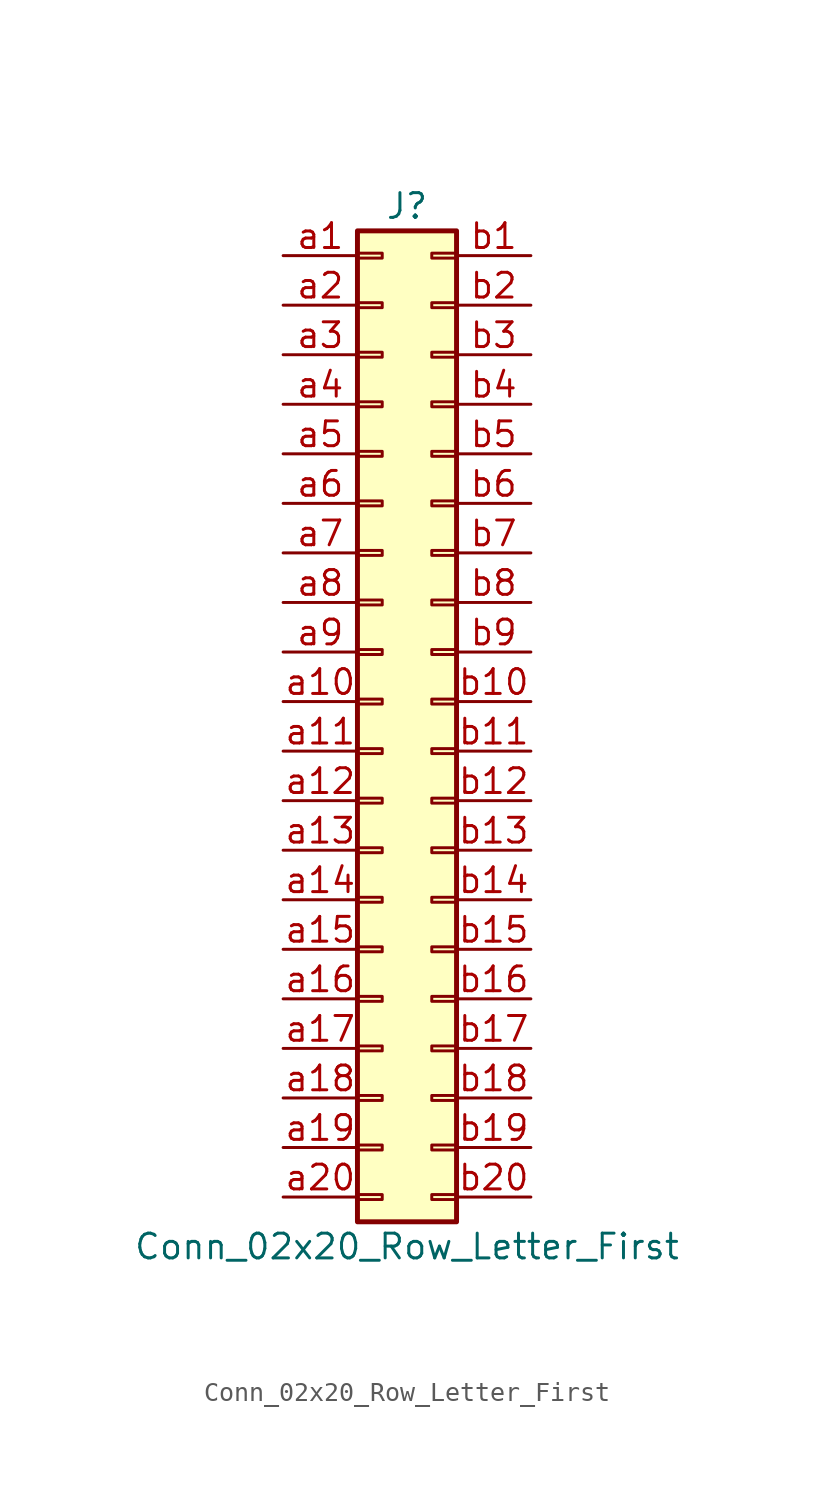
<source format=kicad_sym>
(kicad_symbol_lib
  (version 20211014)
  (generator kicad_symbol_editor)
  (symbol "Conn_02x20_Row_Letter_First"
    (pin_names
      (offset 1.016) hide)
    (property "Reference" "J"
      (at 1.27 25.4 0)
      (effects (font (size 1.27 1.27))))
    (property "Value" "Conn_02x20_Row_Letter_First"
      (at 1.27 -27.94 0)
      (effects (font (size 1.27 1.27))))
    (symbol "Conn_02x20_Row_Letter_First_1_1"
      (rectangle (start -1.27 -25.273) (end 0 -25.527) (stroke (width 0.152) (type default) (color 0 0 0 0)) (fill (type none)))
      (rectangle (start -1.27 -22.733) (end 0 -22.987) (stroke (width 0.152) (type default) (color 0 0 0 0)) (fill (type none)))
      (rectangle (start -1.27 -20.193) (end 0 -20.447) (stroke (width 0.152) (type default) (color 0 0 0 0)) (fill (type none)))
      (rectangle (start -1.27 -17.653) (end 0 -17.907) (stroke (width 0.152) (type default) (color 0 0 0 0)) (fill (type none)))
      (rectangle (start -1.27 -15.113) (end 0 -15.367) (stroke (width 0.152) (type default) (color 0 0 0 0)) (fill (type none)))
      (rectangle (start -1.27 -12.573) (end 0 -12.827) (stroke (width 0.152) (type default) (color 0 0 0 0)) (fill (type none)))
      (rectangle (start -1.27 -10.033) (end 0 -10.287) (stroke (width 0.152) (type default) (color 0 0 0 0)) (fill (type none)))
      (rectangle (start -1.27 -7.493) (end 0 -7.747) (stroke (width 0.152) (type default) (color 0 0 0 0)) (fill (type none)))
      (rectangle (start -1.27 -4.953) (end 0 -5.207) (stroke (width 0.152) (type default) (color 0 0 0 0)) (fill (type none)))
      (rectangle (start -1.27 -2.413) (end 0 -2.667) (stroke (width 0.152) (type default) (color 0 0 0 0)) (fill (type none)))
      (rectangle (start -1.27 0.127) (end 0 -0.127) (stroke (width 0.152) (type default) (color 0 0 0 0)) (fill (type none)))
      (rectangle (start -1.27 2.667) (end 0 2.413) (stroke (width 0.152) (type default) (color 0 0 0 0)) (fill (type none)))
      (rectangle (start -1.27 5.207) (end 0 4.953) (stroke (width 0.152) (type default) (color 0 0 0 0)) (fill (type none)))
      (rectangle (start -1.27 7.747) (end 0 7.493) (stroke (width 0.152) (type default) (color 0 0 0 0)) (fill (type none)))
      (rectangle (start -1.27 10.287) (end 0 10.033) (stroke (width 0.152) (type default) (color 0 0 0 0)) (fill (type none)))
      (rectangle (start -1.27 12.827) (end 0 12.573) (stroke (width 0.152) (type default) (color 0 0 0 0)) (fill (type none)))
      (rectangle (start -1.27 15.367) (end 0 15.113) (stroke (width 0.152) (type default) (color 0 0 0 0)) (fill (type none)))
      (rectangle (start -1.27 17.907) (end 0 17.653) (stroke (width 0.152) (type default) (color 0 0 0 0)) (fill (type none)))
      (rectangle (start -1.27 20.447) (end 0 20.193) (stroke (width 0.152) (type default) (color 0 0 0 0)) (fill (type none)))
      (rectangle (start -1.27 22.987) (end 0 22.733) (stroke (width 0.152) (type default) (color 0 0 0 0)) (fill (type none)))
      (rectangle (start -1.27 24.13) (end 3.81 -26.67) (stroke (width 0.254) (type default) (color 0 0 0 0)) (fill (type background)))
      (rectangle (start 3.81 -25.273) (end 2.54 -25.527) (stroke (width 0.152) (type default) (color 0 0 0 0)) (fill (type none)))
      (rectangle (start 3.81 -22.733) (end 2.54 -22.987) (stroke (width 0.152) (type default) (color 0 0 0 0)) (fill (type none)))
      (rectangle (start 3.81 -20.193) (end 2.54 -20.447) (stroke (width 0.152) (type default) (color 0 0 0 0)) (fill (type none)))
      (rectangle (start 3.81 -17.653) (end 2.54 -17.907) (stroke (width 0.152) (type default) (color 0 0 0 0)) (fill (type none)))
      (rectangle (start 3.81 -15.113) (end 2.54 -15.367) (stroke (width 0.152) (type default) (color 0 0 0 0)) (fill (type none)))
      (rectangle (start 3.81 -12.573) (end 2.54 -12.827) (stroke (width 0.152) (type default) (color 0 0 0 0)) (fill (type none)))
      (rectangle (start 3.81 -10.033) (end 2.54 -10.287) (stroke (width 0.152) (type default) (color 0 0 0 0)) (fill (type none)))
      (rectangle (start 3.81 -7.493) (end 2.54 -7.747) (stroke (width 0.152) (type default) (color 0 0 0 0)) (fill (type none)))
      (rectangle (start 3.81 -4.953) (end 2.54 -5.207) (stroke (width 0.152) (type default) (color 0 0 0 0)) (fill (type none)))
      (rectangle (start 3.81 -2.413) (end 2.54 -2.667) (stroke (width 0.152) (type default) (color 0 0 0 0)) (fill (type none)))
      (rectangle (start 3.81 0.127) (end 2.54 -0.127) (stroke (width 0.152) (type default) (color 0 0 0 0)) (fill (type none)))
      (rectangle (start 3.81 2.667) (end 2.54 2.413) (stroke (width 0.152) (type default) (color 0 0 0 0)) (fill (type none)))
      (rectangle (start 3.81 5.207) (end 2.54 4.953) (stroke (width 0.152) (type default) (color 0 0 0 0)) (fill (type none)))
      (rectangle (start 3.81 7.747) (end 2.54 7.493) (stroke (width 0.152) (type default) (color 0 0 0 0)) (fill (type none)))
      (rectangle (start 3.81 10.287) (end 2.54 10.033) (stroke (width 0.152) (type default) (color 0 0 0 0)) (fill (type none)))
      (rectangle (start 3.81 12.827) (end 2.54 12.573) (stroke (width 0.152) (type default) (color 0 0 0 0)) (fill (type none)))
      (rectangle (start 3.81 15.367) (end 2.54 15.113) (stroke (width 0.152) (type default) (color 0 0 0 0)) (fill (type none)))
      (rectangle (start 3.81 17.907) (end 2.54 17.653) (stroke (width 0.152) (type default) (color 0 0 0 0)) (fill (type none)))
      (rectangle (start 3.81 20.447) (end 2.54 20.193) (stroke (width 0.152) (type default) (color 0 0 0 0)) (fill (type none)))
      (rectangle (start 3.81 22.987) (end 2.54 22.733) (stroke (width 0.152) (type default) (color 0 0 0 0)) (fill (type none)))
      (pin passive line (at -5.08 22.86 0) (length 3.81) (name "Pin_a1" (effects (font (size 1.27 1.27)))) (number "a1" (effects (font (size 1.27 1.27)))))
      (pin passive line (at -5.08 0 0) (length 3.81) (name "Pin_a10" (effects (font (size 1.27 1.27)))) (number "a10" (effects (font (size 1.27 1.27)))))
      (pin passive line (at -5.08 -2.54 0) (length 3.81) (name "Pin_a11" (effects (font (size 1.27 1.27)))) (number "a11" (effects (font (size 1.27 1.27)))))
      (pin passive line (at -5.08 -5.08 0) (length 3.81) (name "Pin_a12" (effects (font (size 1.27 1.27)))) (number "a12" (effects (font (size 1.27 1.27)))))
      (pin passive line (at -5.08 -7.62 0) (length 3.81) (name "Pin_a13" (effects (font (size 1.27 1.27)))) (number "a13" (effects (font (size 1.27 1.27)))))
      (pin passive line (at -5.08 -10.16 0) (length 3.81) (name "Pin_a14" (effects (font (size 1.27 1.27)))) (number "a14" (effects (font (size 1.27 1.27)))))
      (pin passive line (at -5.08 -12.7 0) (length 3.81) (name "Pin_a15" (effects (font (size 1.27 1.27)))) (number "a15" (effects (font (size 1.27 1.27)))))
      (pin passive line (at -5.08 -15.24 0) (length 3.81) (name "Pin_a16" (effects (font (size 1.27 1.27)))) (number "a16" (effects (font (size 1.27 1.27)))))
      (pin passive line (at -5.08 -17.78 0) (length 3.81) (name "Pin_a17" (effects (font (size 1.27 1.27)))) (number "a17" (effects (font (size 1.27 1.27)))))
      (pin passive line (at -5.08 -20.32 0) (length 3.81) (name "Pin_a18" (effects (font (size 1.27 1.27)))) (number "a18" (effects (font (size 1.27 1.27)))))
      (pin passive line (at -5.08 -22.86 0) (length 3.81) (name "Pin_a19" (effects (font (size 1.27 1.27)))) (number "a19" (effects (font (size 1.27 1.27)))))
      (pin passive line (at -5.08 20.32 0) (length 3.81) (name "Pin_a2" (effects (font (size 1.27 1.27)))) (number "a2" (effects (font (size 1.27 1.27)))))
      (pin passive line (at -5.08 -25.4 0) (length 3.81) (name "Pin_a20" (effects (font (size 1.27 1.27)))) (number "a20" (effects (font (size 1.27 1.27)))))
      (pin passive line (at -5.08 17.78 0) (length 3.81) (name "Pin_a3" (effects (font (size 1.27 1.27)))) (number "a3" (effects (font (size 1.27 1.27)))))
      (pin passive line (at -5.08 15.24 0) (length 3.81) (name "Pin_a4" (effects (font (size 1.27 1.27)))) (number "a4" (effects (font (size 1.27 1.27)))))
      (pin passive line (at -5.08 12.7 0) (length 3.81) (name "Pin_a5" (effects (font (size 1.27 1.27)))) (number "a5" (effects (font (size 1.27 1.27)))))
      (pin passive line (at -5.08 10.16 0) (length 3.81) (name "Pin_a6" (effects (font (size 1.27 1.27)))) (number "a6" (effects (font (size 1.27 1.27)))))
      (pin passive line (at -5.08 7.62 0) (length 3.81) (name "Pin_a7" (effects (font (size 1.27 1.27)))) (number "a7" (effects (font (size 1.27 1.27)))))
      (pin passive line (at -5.08 5.08 0) (length 3.81) (name "Pin_a8" (effects (font (size 1.27 1.27)))) (number "a8" (effects (font (size 1.27 1.27)))))
      (pin passive line (at -5.08 2.54 0) (length 3.81) (name "Pin_a9" (effects (font (size 1.27 1.27)))) (number "a9" (effects (font (size 1.27 1.27)))))
      (pin passive line (at 7.62 22.86 180) (length 3.81) (name "Pin_b1" (effects (font (size 1.27 1.27)))) (number "b1" (effects (font (size 1.27 1.27)))))
      (pin passive line (at 7.62 0 180) (length 3.81) (name "Pin_b10" (effects (font (size 1.27 1.27)))) (number "b10" (effects (font (size 1.27 1.27)))))
      (pin passive line (at 7.62 -2.54 180) (length 3.81) (name "Pin_b11" (effects (font (size 1.27 1.27)))) (number "b11" (effects (font (size 1.27 1.27)))))
      (pin passive line (at 7.62 -5.08 180) (length 3.81) (name "Pin_b12" (effects (font (size 1.27 1.27)))) (number "b12" (effects (font (size 1.27 1.27)))))
      (pin passive line (at 7.62 -7.62 180) (length 3.81) (name "Pin_b13" (effects (font (size 1.27 1.27)))) (number "b13" (effects (font (size 1.27 1.27)))))
      (pin passive line (at 7.62 -10.16 180) (length 3.81) (name "Pin_b14" (effects (font (size 1.27 1.27)))) (number "b14" (effects (font (size 1.27 1.27)))))
      (pin passive line (at 7.62 -12.7 180) (length 3.81) (name "Pin_b15" (effects (font (size 1.27 1.27)))) (number "b15" (effects (font (size 1.27 1.27)))))
      (pin passive line (at 7.62 -15.24 180) (length 3.81) (name "Pin_b16" (effects (font (size 1.27 1.27)))) (number "b16" (effects (font (size 1.27 1.27)))))
      (pin passive line (at 7.62 -17.78 180) (length 3.81) (name "Pin_b17" (effects (font (size 1.27 1.27)))) (number "b17" (effects (font (size 1.27 1.27)))))
      (pin passive line (at 7.62 -20.32 180) (length 3.81) (name "Pin_b18" (effects (font (size 1.27 1.27)))) (number "b18" (effects (font (size 1.27 1.27)))))
      (pin passive line (at 7.62 -22.86 180) (length 3.81) (name "Pin_b19" (effects (font (size 1.27 1.27)))) (number "b19" (effects (font (size 1.27 1.27)))))
      (pin passive line (at 7.62 20.32 180) (length 3.81) (name "Pin_b2" (effects (font (size 1.27 1.27)))) (number "b2" (effects (font (size 1.27 1.27)))))
      (pin passive line (at 7.62 -25.4 180) (length 3.81) (name "Pin_b20" (effects (font (size 1.27 1.27)))) (number "b20" (effects (font (size 1.27 1.27)))))
      (pin passive line (at 7.62 17.78 180) (length 3.81) (name "Pin_b3" (effects (font (size 1.27 1.27)))) (number "b3" (effects (font (size 1.27 1.27)))))
      (pin passive line (at 7.62 15.24 180) (length 3.81) (name "Pin_b4" (effects (font (size 1.27 1.27)))) (number "b4" (effects (font (size 1.27 1.27)))))
      (pin passive line (at 7.62 12.7 180) (length 3.81) (name "Pin_b5" (effects (font (size 1.27 1.27)))) (number "b5" (effects (font (size 1.27 1.27)))))
      (pin passive line (at 7.62 10.16 180) (length 3.81) (name "Pin_b6" (effects (font (size 1.27 1.27)))) (number "b6" (effects (font (size 1.27 1.27)))))
      (pin passive line (at 7.62 7.62 180) (length 3.81) (name "Pin_b7" (effects (font (size 1.27 1.27)))) (number "b7" (effects (font (size 1.27 1.27)))))
      (pin passive line (at 7.62 5.08 180) (length 3.81) (name "Pin_b8" (effects (font (size 1.27 1.27)))) (number "b8" (effects (font (size 1.27 1.27)))))
      (pin passive line (at 7.62 2.54 180) (length 3.81) (name "Pin_b9" (effects (font (size 1.27 1.27)))) (number "b9" (effects (font (size 1.27 1.27))))))))
</source>
